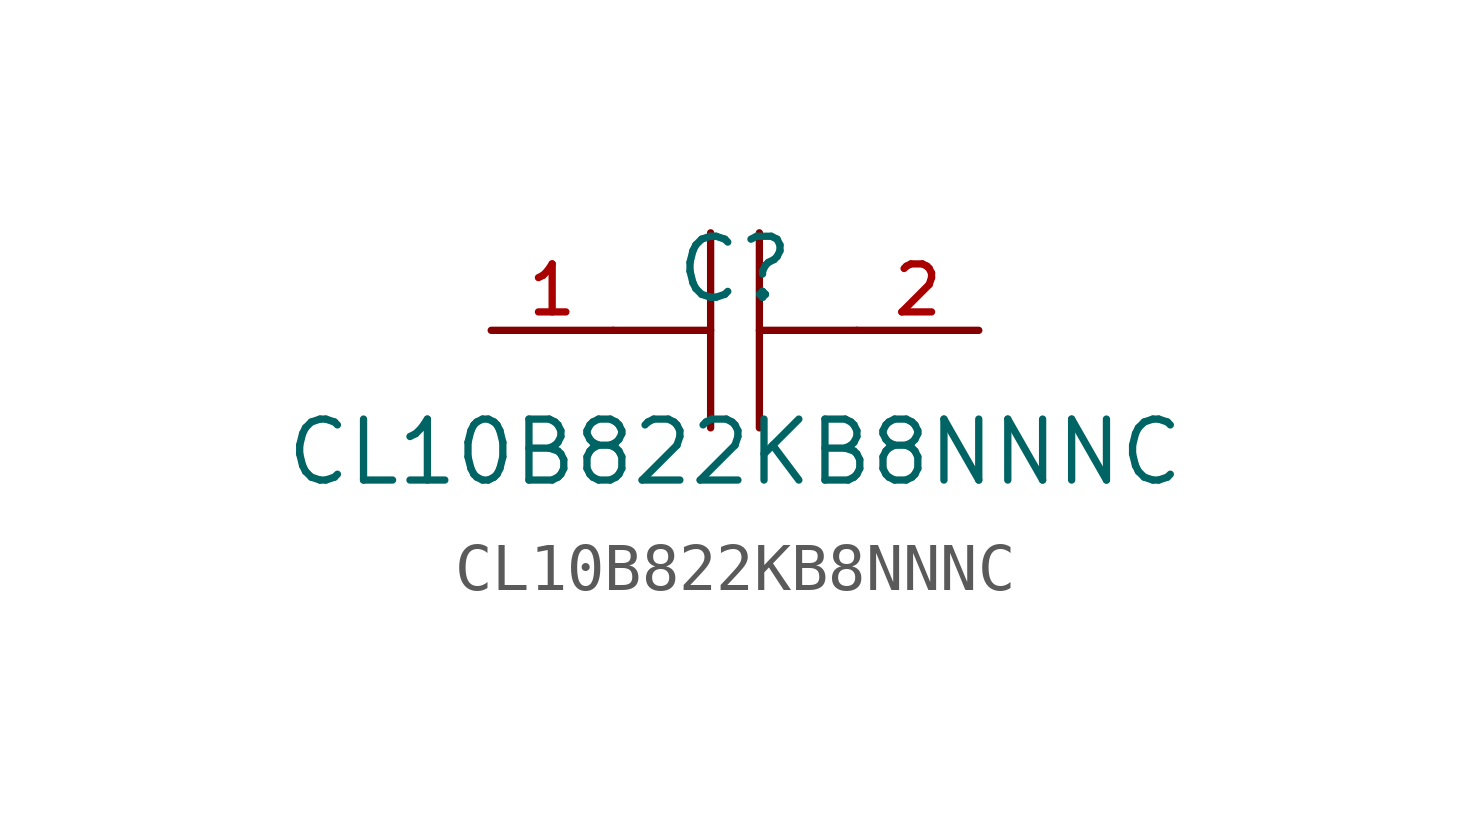
<source format=kicad_sym>
(kicad_symbol_lib
  (version 20210201)
  (generator TousstNicolas/JLC2KiCad_lib)
  (symbol "CL10B822KB8NNNC"
    (pin_names hide)
    (property "Reference" "C"
      (at 0 1.27 0)
      (effects (font (size 1.27 1.27))))
    (property "Value" "CL10B822KB8NNNC"
      (at 0 -2.54 0)
      (effects (font (size 1.27 1.27))))
    (symbol "CL10B822KB8NNNC_0_1"
      (polyline (pts (xy -0.508 -2.032) (xy -0.508 2.032)) (stroke (width 0) (type default) (color 0 0 0 0)) (fill (type none)))
      (pin unspecified line (at -5.08 -0.0 0) (length 2.54) (name "1" (effects (font (size 1 1)))) (number "1" (effects (font (size 1 1)))))
      (polyline (pts (xy 2.54 -0.0) (xy 0.508 -0.0)) (stroke (width 0) (type default) (color 0 0 0 0)) (fill (type none)))
      (polyline (pts (xy 0.508 2.032) (xy 0.508 -2.032)) (stroke (width 0) (type default) (color 0 0 0 0)) (fill (type none)))
      (pin unspecified line (at 5.08 -0.0 180) (length 2.54) (name "2" (effects (font (size 1 1)))) (number "2" (effects (font (size 1 1)))))
      (polyline (pts (xy -0.508 -0.0) (xy -2.54 -0.0)) (stroke (width 0) (type default) (color 0 0 0 0)) (fill (type none))))))
</source>
